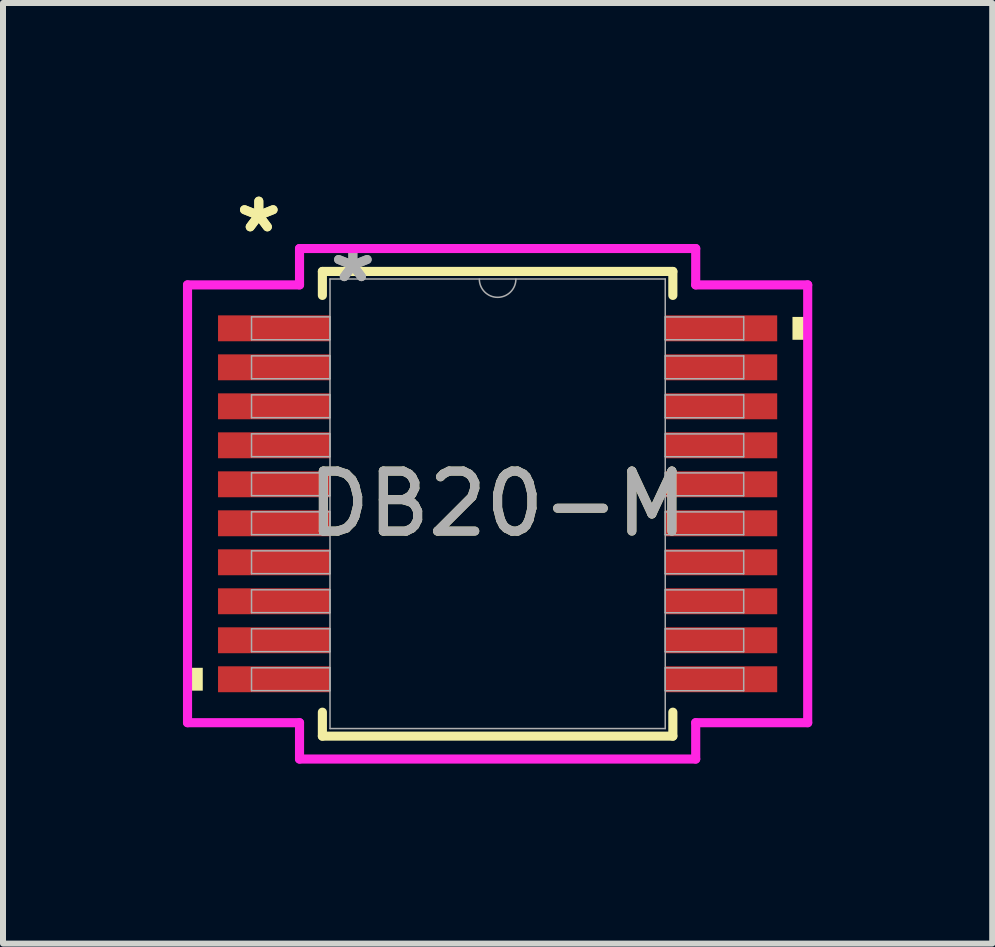
<source format=kicad_pcb>
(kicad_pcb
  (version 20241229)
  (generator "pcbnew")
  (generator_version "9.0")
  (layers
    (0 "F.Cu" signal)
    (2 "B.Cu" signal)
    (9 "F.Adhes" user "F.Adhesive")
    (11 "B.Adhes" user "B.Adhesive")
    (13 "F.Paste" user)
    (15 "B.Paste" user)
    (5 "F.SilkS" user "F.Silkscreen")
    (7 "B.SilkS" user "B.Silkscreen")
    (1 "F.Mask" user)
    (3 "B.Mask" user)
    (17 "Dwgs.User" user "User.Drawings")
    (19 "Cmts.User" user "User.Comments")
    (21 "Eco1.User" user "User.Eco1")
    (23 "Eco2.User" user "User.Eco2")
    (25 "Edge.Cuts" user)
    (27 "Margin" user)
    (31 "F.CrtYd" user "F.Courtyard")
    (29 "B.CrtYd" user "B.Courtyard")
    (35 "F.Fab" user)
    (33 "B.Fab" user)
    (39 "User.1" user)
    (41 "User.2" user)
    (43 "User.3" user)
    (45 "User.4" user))
  (footprint "DB20-M"
    (layer "F.Cu")
    (at 5.245 5.348)
    (property "Reference" "DB20-M" (at 0 0 0) (unlocked yes) (layer "F.SilkS") (effects (font (size 1 1) (thickness 0.15))))
    (attr smd)
    (fp_line (start -2.921 -3.873) (end -2.921 -3.474) (stroke (width 0.152) (type solid)) (layer "F.SilkS"))
    (fp_line (start -2.921 3.474) (end -2.921 3.873) (stroke (width 0.152) (type solid)) (layer "F.SilkS"))
    (fp_line (start -2.921 3.873) (end 2.921 3.873) (stroke (width 0.152) (type solid)) (layer "F.SilkS"))
    (fp_line (start 2.921 -3.873) (end -2.921 -3.873) (stroke (width 0.152) (type solid)) (layer "F.SilkS"))
    (fp_line (start 2.921 -3.474) (end 2.921 -3.873) (stroke (width 0.152) (type solid)) (layer "F.SilkS"))
    (fp_line (start 2.921 3.873) (end 2.921 3.474) (stroke (width 0.152) (type solid)) (layer "F.SilkS"))
    (fp_poly (pts (xy -5.169 2.734) (xy -5.169 3.115) (xy -4.915 3.115) (xy -4.915 2.734)) (stroke (width 0) (type solid)) (fill yes) (layer "F.SilkS"))
    (fp_poly (pts (xy 5.169 -3.115) (xy 5.169 -2.734) (xy 4.915 -2.734) (xy 4.915 -3.115)) (stroke (width 0) (type solid)) (fill yes) (layer "F.SilkS"))
    (fp_line (start -5.169 -3.649) (end -3.302 -3.649) (stroke (width 0.152) (type solid)) (layer "F.CrtYd"))
    (fp_line (start -5.169 3.649) (end -5.169 -3.649) (stroke (width 0.152) (type solid)) (layer "F.CrtYd"))
    (fp_line (start -5.169 3.649) (end -3.302 3.649) (stroke (width 0.152) (type solid)) (layer "F.CrtYd"))
    (fp_line (start -3.302 -4.255) (end 3.302 -4.255) (stroke (width 0.152) (type solid)) (layer "F.CrtYd"))
    (fp_line (start -3.302 -3.649) (end -3.302 -4.255) (stroke (width 0.152) (type solid)) (layer "F.CrtYd"))
    (fp_line (start -3.302 4.255) (end -3.302 3.649) (stroke (width 0.152) (type solid)) (layer "F.CrtYd"))
    (fp_line (start 3.302 -4.255) (end 3.302 -3.649) (stroke (width 0.152) (type solid)) (layer "F.CrtYd"))
    (fp_line (start 3.302 3.649) (end 3.302 4.255) (stroke (width 0.152) (type solid)) (layer "F.CrtYd"))
    (fp_line (start 3.302 4.255) (end -3.302 4.255) (stroke (width 0.152) (type solid)) (layer "F.CrtYd"))
    (fp_line (start 5.169 -3.649) (end 3.302 -3.649) (stroke (width 0.152) (type solid)) (layer "F.CrtYd"))
    (fp_line (start 5.169 -3.649) (end 5.169 3.649) (stroke (width 0.152) (type solid)) (layer "F.CrtYd"))
    (fp_line (start 5.169 3.649) (end 3.302 3.649) (stroke (width 0.152) (type solid)) (layer "F.CrtYd"))
    (fp_line (start -4.102 -3.116) (end -4.102 -2.735) (stroke (width 0.025) (type solid)) (layer "F.Fab"))
    (fp_line (start -4.102 -2.735) (end -2.794 -2.735) (stroke (width 0.025) (type solid)) (layer "F.Fab"))
    (fp_line (start -4.102 -2.466) (end -4.102 -2.084) (stroke (width 0.025) (type solid)) (layer "F.Fab"))
    (fp_line (start -4.102 -2.084) (end -2.794 -2.084) (stroke (width 0.025) (type solid)) (layer "F.Fab"))
    (fp_line (start -4.102 -1.816) (end -4.102 -1.435) (stroke (width 0.025) (type solid)) (layer "F.Fab"))
    (fp_line (start -4.102 -1.435) (end -2.794 -1.435) (stroke (width 0.025) (type solid)) (layer "F.Fab"))
    (fp_line (start -4.102 -1.166) (end -4.102 -0.785) (stroke (width 0.025) (type solid)) (layer "F.Fab"))
    (fp_line (start -4.102 -0.785) (end -2.794 -0.785) (stroke (width 0.025) (type solid)) (layer "F.Fab"))
    (fp_line (start -4.102 -0.516) (end -4.102 -0.135) (stroke (width 0.025) (type solid)) (layer "F.Fab"))
    (fp_line (start -4.102 -0.135) (end -2.794 -0.135) (stroke (width 0.025) (type solid)) (layer "F.Fab"))
    (fp_line (start -4.102 0.134) (end -4.102 0.515) (stroke (width 0.025) (type solid)) (layer "F.Fab"))
    (fp_line (start -4.102 0.515) (end -2.794 0.515) (stroke (width 0.025) (type solid)) (layer "F.Fab"))
    (fp_line (start -4.102 0.784) (end -4.102 1.165) (stroke (width 0.025) (type solid)) (layer "F.Fab"))
    (fp_line (start -4.102 1.165) (end -2.794 1.165) (stroke (width 0.025) (type solid)) (layer "F.Fab"))
    (fp_line (start -4.102 1.434) (end -4.102 1.815) (stroke (width 0.025) (type solid)) (layer "F.Fab"))
    (fp_line (start -4.102 1.815) (end -2.794 1.815) (stroke (width 0.025) (type solid)) (layer "F.Fab"))
    (fp_line (start -4.102 2.084) (end -4.102 2.465) (stroke (width 0.025) (type solid)) (layer "F.Fab"))
    (fp_line (start -4.102 2.465) (end -2.794 2.465) (stroke (width 0.025) (type solid)) (layer "F.Fab"))
    (fp_line (start -4.102 2.734) (end -4.102 3.115) (stroke (width 0.025) (type solid)) (layer "F.Fab"))
    (fp_line (start -4.102 3.115) (end -2.794 3.115) (stroke (width 0.025) (type solid)) (layer "F.Fab"))
    (fp_line (start -2.794 -3.747) (end -2.794 3.747) (stroke (width 0.025) (type solid)) (layer "F.Fab"))
    (fp_line (start -2.794 -3.116) (end -4.102 -3.116) (stroke (width 0.025) (type solid)) (layer "F.Fab"))
    (fp_line (start -2.794 -2.735) (end -2.794 -3.116) (stroke (width 0.025) (type solid)) (layer "F.Fab"))
    (fp_line (start -2.794 -2.466) (end -4.102 -2.466) (stroke (width 0.025) (type solid)) (layer "F.Fab"))
    (fp_line (start -2.794 -2.084) (end -2.794 -2.466) (stroke (width 0.025) (type solid)) (layer "F.Fab"))
    (fp_line (start -2.794 -1.816) (end -4.102 -1.816) (stroke (width 0.025) (type solid)) (layer "F.Fab"))
    (fp_line (start -2.794 -1.435) (end -2.794 -1.816) (stroke (width 0.025) (type solid)) (layer "F.Fab"))
    (fp_line (start -2.794 -1.166) (end -4.102 -1.166) (stroke (width 0.025) (type solid)) (layer "F.Fab"))
    (fp_line (start -2.794 -0.785) (end -2.794 -1.166) (stroke (width 0.025) (type solid)) (layer "F.Fab"))
    (fp_line (start -2.794 -0.516) (end -4.102 -0.516) (stroke (width 0.025) (type solid)) (layer "F.Fab"))
    (fp_line (start -2.794 -0.135) (end -2.794 -0.516) (stroke (width 0.025) (type solid)) (layer "F.Fab"))
    (fp_line (start -2.794 0.134) (end -4.102 0.134) (stroke (width 0.025) (type solid)) (layer "F.Fab"))
    (fp_line (start -2.794 0.515) (end -2.794 0.134) (stroke (width 0.025) (type solid)) (layer "F.Fab"))
    (fp_line (start -2.794 0.784) (end -4.102 0.784) (stroke (width 0.025) (type solid)) (layer "F.Fab"))
    (fp_line (start -2.794 1.165) (end -2.794 0.784) (stroke (width 0.025) (type solid)) (layer "F.Fab"))
    (fp_line (start -2.794 1.434) (end -4.102 1.434) (stroke (width 0.025) (type solid)) (layer "F.Fab"))
    (fp_line (start -2.794 1.815) (end -2.794 1.434) (stroke (width 0.025) (type solid)) (layer "F.Fab"))
    (fp_line (start -2.794 2.084) (end -4.102 2.084) (stroke (width 0.025) (type solid)) (layer "F.Fab"))
    (fp_line (start -2.794 2.465) (end -2.794 2.084) (stroke (width 0.025) (type solid)) (layer "F.Fab"))
    (fp_line (start -2.794 2.734) (end -4.102 2.734) (stroke (width 0.025) (type solid)) (layer "F.Fab"))
    (fp_line (start -2.794 3.115) (end -2.794 2.734) (stroke (width 0.025) (type solid)) (layer "F.Fab"))
    (fp_line (start -2.794 3.747) (end 2.794 3.747) (stroke (width 0.025) (type solid)) (layer "F.Fab"))
    (fp_line (start 2.794 -3.747) (end -2.794 -3.747) (stroke (width 0.025) (type solid)) (layer "F.Fab"))
    (fp_line (start 2.794 -3.115) (end 2.794 -2.734) (stroke (width 0.025) (type solid)) (layer "F.Fab"))
    (fp_line (start 2.794 -2.734) (end 4.102 -2.734) (stroke (width 0.025) (type solid)) (layer "F.Fab"))
    (fp_line (start 2.794 -2.465) (end 2.794 -2.084) (stroke (width 0.025) (type solid)) (layer "F.Fab"))
    (fp_line (start 2.794 -2.084) (end 4.102 -2.084) (stroke (width 0.025) (type solid)) (layer "F.Fab"))
    (fp_line (start 2.794 -1.815) (end 2.794 -1.434) (stroke (width 0.025) (type solid)) (layer "F.Fab"))
    (fp_line (start 2.794 -1.434) (end 4.102 -1.434) (stroke (width 0.025) (type solid)) (layer "F.Fab"))
    (fp_line (start 2.794 -1.165) (end 2.794 -0.784) (stroke (width 0.025) (type solid)) (layer "F.Fab"))
    (fp_line (start 2.794 -0.784) (end 4.102 -0.784) (stroke (width 0.025) (type solid)) (layer "F.Fab"))
    (fp_line (start 2.794 -0.515) (end 2.794 -0.134) (stroke (width 0.025) (type solid)) (layer "F.Fab"))
    (fp_line (start 2.794 -0.134) (end 4.102 -0.134) (stroke (width 0.025) (type solid)) (layer "F.Fab"))
    (fp_line (start 2.794 0.135) (end 2.794 0.516) (stroke (width 0.025) (type solid)) (layer "F.Fab"))
    (fp_line (start 2.794 0.516) (end 4.102 0.516) (stroke (width 0.025) (type solid)) (layer "F.Fab"))
    (fp_line (start 2.794 0.785) (end 2.794 1.166) (stroke (width 0.025) (type solid)) (layer "F.Fab"))
    (fp_line (start 2.794 1.166) (end 4.102 1.166) (stroke (width 0.025) (type solid)) (layer "F.Fab"))
    (fp_line (start 2.794 1.435) (end 2.794 1.816) (stroke (width 0.025) (type solid)) (layer "F.Fab"))
    (fp_line (start 2.794 1.816) (end 4.102 1.816) (stroke (width 0.025) (type solid)) (layer "F.Fab"))
    (fp_line (start 2.794 2.085) (end 2.794 2.466) (stroke (width 0.025) (type solid)) (layer "F.Fab"))
    (fp_line (start 2.794 2.466) (end 4.102 2.466) (stroke (width 0.025) (type solid)) (layer "F.Fab"))
    (fp_line (start 2.794 2.735) (end 2.794 3.116) (stroke (width 0.025) (type solid)) (layer "F.Fab"))
    (fp_line (start 2.794 3.116) (end 4.102 3.116) (stroke (width 0.025) (type solid)) (layer "F.Fab"))
    (fp_line (start 2.794 3.747) (end 2.794 -3.747) (stroke (width 0.025) (type solid)) (layer "F.Fab"))
    (fp_line (start 4.102 -3.115) (end 2.794 -3.115) (stroke (width 0.025) (type solid)) (layer "F.Fab"))
    (fp_line (start 4.102 -2.734) (end 4.102 -3.115) (stroke (width 0.025) (type solid)) (layer "F.Fab"))
    (fp_line (start 4.102 -2.465) (end 2.794 -2.465) (stroke (width 0.025) (type solid)) (layer "F.Fab"))
    (fp_line (start 4.102 -2.084) (end 4.102 -2.465) (stroke (width 0.025) (type solid)) (layer "F.Fab"))
    (fp_line (start 4.102 -1.815) (end 2.794 -1.815) (stroke (width 0.025) (type solid)) (layer "F.Fab"))
    (fp_line (start 4.102 -1.434) (end 4.102 -1.815) (stroke (width 0.025) (type solid)) (layer "F.Fab"))
    (fp_line (start 4.102 -1.165) (end 2.794 -1.165) (stroke (width 0.025) (type solid)) (layer "F.Fab"))
    (fp_line (start 4.102 -0.784) (end 4.102 -1.165) (stroke (width 0.025) (type solid)) (layer "F.Fab"))
    (fp_line (start 4.102 -0.515) (end 2.794 -0.515) (stroke (width 0.025) (type solid)) (layer "F.Fab"))
    (fp_line (start 4.102 -0.134) (end 4.102 -0.515) (stroke (width 0.025) (type solid)) (layer "F.Fab"))
    (fp_line (start 4.102 0.135) (end 2.794 0.135) (stroke (width 0.025) (type solid)) (layer "F.Fab"))
    (fp_line (start 4.102 0.516) (end 4.102 0.135) (stroke (width 0.025) (type solid)) (layer "F.Fab"))
    (fp_line (start 4.102 0.785) (end 2.794 0.785) (stroke (width 0.025) (type solid)) (layer "F.Fab"))
    (fp_line (start 4.102 1.166) (end 4.102 0.785) (stroke (width 0.025) (type solid)) (layer "F.Fab"))
    (fp_line (start 4.102 1.435) (end 2.794 1.435) (stroke (width 0.025) (type solid)) (layer "F.Fab"))
    (fp_line (start 4.102 1.816) (end 4.102 1.435) (stroke (width 0.025) (type solid)) (layer "F.Fab"))
    (fp_line (start 4.102 2.085) (end 2.794 2.085) (stroke (width 0.025) (type solid)) (layer "F.Fab"))
    (fp_line (start 4.102 2.466) (end 4.102 2.085) (stroke (width 0.025) (type solid)) (layer "F.Fab"))
    (fp_line (start 4.102 2.735) (end 2.794 2.735) (stroke (width 0.025) (type solid)) (layer "F.Fab"))
    (fp_line (start 4.102 3.116) (end 4.102 2.735) (stroke (width 0.025) (type solid)) (layer "F.Fab"))
    (fp_arc (start 0.3048 -3.7465) (mid 0 -3.4417) (end -0.3048 -3.7465) (stroke (width 0.0254) (type solid)) (layer "F.Fab"))
    (fp_text user "*" (at -3.981 -4.5 0) (layer "F.SilkS") (effects (font (size 1 1) (thickness 0.15))))
    (fp_text user "*" (at -3.981 -4.5 0) (unlocked yes) (layer "F.SilkS") (effects (font (size 1 1) (thickness 0.15))))
    (fp_text user "${REFERENCE}" (at 0 0 0) (unlocked yes) (layer "F.Fab") (effects (font (size 1 1) (thickness 0.15))))
    (fp_text user "*" (at -2.413 -3.67 0) (unlocked yes) (layer "F.Fab") (effects (font (size 1 1) (thickness 0.15))))
    (fp_text user "*" (at -2.413 -3.67 0) (layer "F.Fab") (effects (font (size 1 1) (thickness 0.15))))
    (pad "1" smd rect (at -3.727 -2.925) (size 1.867 0.432) (layers "F.Cu" "F.Mask" "F.Paste"))
    (pad "2" smd rect (at -3.727 -2.275) (size 1.867 0.432) (layers "F.Cu" "F.Mask" "F.Paste"))
    (pad "3" smd rect (at -3.727 -1.625) (size 1.867 0.432) (layers "F.Cu" "F.Mask" "F.Paste"))
    (pad "4" smd rect (at -3.727 -0.975) (size 1.867 0.432) (layers "F.Cu" "F.Mask" "F.Paste"))
    (pad "5" smd rect (at -3.727 -0.325) (size 1.867 0.432) (layers "F.Cu" "F.Mask" "F.Paste"))
    (pad "6" smd rect (at -3.727 0.325) (size 1.867 0.432) (layers "F.Cu" "F.Mask" "F.Paste"))
    (pad "7" smd rect (at -3.727 0.975) (size 1.867 0.432) (layers "F.Cu" "F.Mask" "F.Paste"))
    (pad "8" smd rect (at -3.727 1.625) (size 1.867 0.432) (layers "F.Cu" "F.Mask" "F.Paste"))
    (pad "9" smd rect (at -3.727 2.275) (size 1.867 0.432) (layers "F.Cu" "F.Mask" "F.Paste"))
    (pad "10" smd rect (at -3.727 2.925) (size 1.867 0.432) (layers "F.Cu" "F.Mask" "F.Paste"))
    (pad "11" smd rect (at 3.727 2.925) (size 1.867 0.432) (layers "F.Cu" "F.Mask" "F.Paste"))
    (pad "12" smd rect (at 3.727 2.275) (size 1.867 0.432) (layers "F.Cu" "F.Mask" "F.Paste"))
    (pad "13" smd rect (at 3.727 1.625) (size 1.867 0.432) (layers "F.Cu" "F.Mask" "F.Paste"))
    (pad "14" smd rect (at 3.727 0.975) (size 1.867 0.432) (layers "F.Cu" "F.Mask" "F.Paste"))
    (pad "15" smd rect (at 3.727 0.325) (size 1.867 0.432) (layers "F.Cu" "F.Mask" "F.Paste"))
    (pad "16" smd rect (at 3.727 -0.325) (size 1.867 0.432) (layers "F.Cu" "F.Mask" "F.Paste"))
    (pad "17" smd rect (at 3.727 -0.975) (size 1.867 0.432) (layers "F.Cu" "F.Mask" "F.Paste"))
    (pad "18" smd rect (at 3.727 -1.625) (size 1.867 0.432) (layers "F.Cu" "F.Mask" "F.Paste"))
    (pad "19" smd rect (at 3.727 -2.275) (size 1.867 0.432) (layers "F.Cu" "F.Mask" "F.Paste"))
    (pad "20" smd rect (at 3.727 -2.925) (size 1.867 0.432) (layers "F.Cu" "F.Mask" "F.Paste")))
  (gr_rect
    (start -3 -3)
    (end 13.49 12.679)
    (stroke (width 0.1) (type default))
    (fill no)
    (layer "Edge.Cuts")))
</source>
